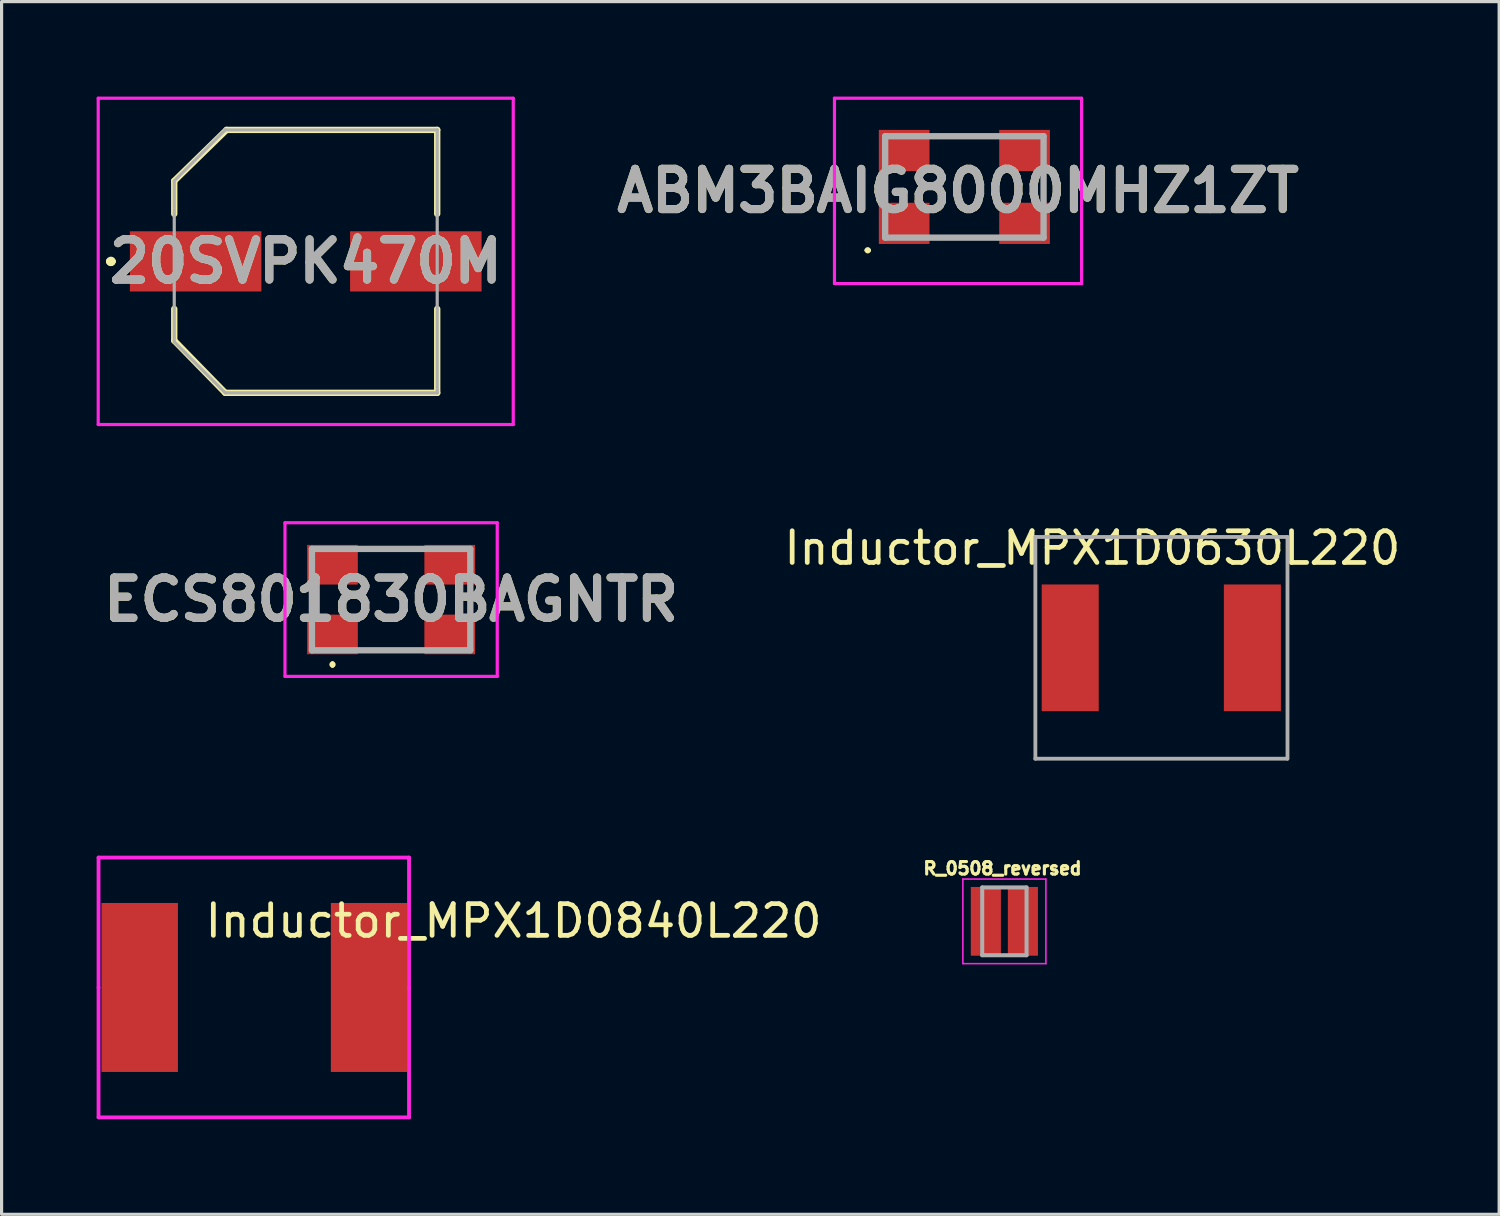
<source format=kicad_pcb>
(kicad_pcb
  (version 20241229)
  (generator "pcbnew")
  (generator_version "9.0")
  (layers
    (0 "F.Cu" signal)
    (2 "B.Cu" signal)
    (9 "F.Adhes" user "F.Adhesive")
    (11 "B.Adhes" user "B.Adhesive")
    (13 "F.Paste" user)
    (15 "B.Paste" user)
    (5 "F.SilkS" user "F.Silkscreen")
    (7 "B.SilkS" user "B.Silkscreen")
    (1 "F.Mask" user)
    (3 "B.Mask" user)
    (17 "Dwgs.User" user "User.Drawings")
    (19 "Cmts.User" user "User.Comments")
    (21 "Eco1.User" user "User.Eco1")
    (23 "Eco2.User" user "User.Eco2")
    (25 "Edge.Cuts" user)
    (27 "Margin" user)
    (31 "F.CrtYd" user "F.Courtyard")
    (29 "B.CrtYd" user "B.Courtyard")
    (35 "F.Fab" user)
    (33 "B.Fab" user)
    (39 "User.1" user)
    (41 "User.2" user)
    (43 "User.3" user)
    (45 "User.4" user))
  (footprint "ECS801830BAGNTR"
    (layer "F.Cu")
    (at 9.295 15.875)
    (property "Reference" "ECS801830BAGNTR" (at 0 0 0) (layer "F.SilkS") (effects (font (size 1.27 1.27) (thickness 0.254))))
    (attr smd)
    (fp_line (start -1.85 2) (end -1.85 2) (stroke (width 0.1) (type solid)) (layer "F.SilkS"))
    (fp_line (start -1.85 2.1) (end -1.85 2.1) (stroke (width 0.1) (type solid)) (layer "F.SilkS"))
    (fp_line (start -0.5 -1.6) (end 0.5 -1.6) (stroke (width 0.1) (type solid)) (layer "F.SilkS"))
    (fp_line (start -0.5 1.6) (end 0.5 1.6) (stroke (width 0.1) (type solid)) (layer "F.SilkS"))
    (fp_arc (start -1.85 2) (mid -1.8 2.05) (end -1.85 2.1) (stroke (width 0.1) (type solid)) (layer "F.SilkS"))
    (fp_arc (start -1.85 2.1) (mid -1.9 2.05) (end -1.85 2) (stroke (width 0.1) (type solid)) (layer "F.SilkS"))
    (fp_line (start -3.35 -2.425) (end 3.35 -2.425) (stroke (width 0.1) (type solid)) (layer "F.CrtYd"))
    (fp_line (start -3.35 2.425) (end -3.35 -2.425) (stroke (width 0.1) (type solid)) (layer "F.CrtYd"))
    (fp_line (start 3.35 -2.425) (end 3.35 2.425) (stroke (width 0.1) (type solid)) (layer "F.CrtYd"))
    (fp_line (start 3.35 2.425) (end -3.35 2.425) (stroke (width 0.1) (type solid)) (layer "F.CrtYd"))
    (fp_line (start -2.5 -1.6) (end 2.5 -1.6) (stroke (width 0.2) (type solid)) (layer "F.Fab"))
    (fp_line (start -2.5 1.6) (end -2.5 -1.6) (stroke (width 0.2) (type solid)) (layer "F.Fab"))
    (fp_line (start 2.5 -1.6) (end 2.5 1.6) (stroke (width 0.2) (type solid)) (layer "F.Fab"))
    (fp_line (start 2.5 1.6) (end -2.5 1.6) (stroke (width 0.2) (type solid)) (layer "F.Fab"))
    (fp_text user "${REFERENCE}" (at 0 0 0) (layer "F.Fab") (effects (font (size 1.27 1.27) (thickness 0.254))))
    (pad "1" smd rect (at -1.85 1.1 90) (size 1.25 1.6) (layers "F.Cu" "F.Mask" "F.Paste"))
    (pad "2" smd rect (at 1.85 1.1 90) (size 1.25 1.6) (layers "F.Cu" "F.Mask" "F.Paste"))
    (pad "3" smd rect (at 1.85 -1.1 90) (size 1.25 1.6) (layers "F.Cu" "F.Mask" "F.Paste"))
    (pad "4" smd rect (at -1.85 -1.1 90) (size 1.25 1.6) (layers "F.Cu" "F.Mask" "F.Paste")))
  (footprint "Inductor_MPX1D0840L220"
    (layer "F.Cu")
    (at 1.36 28.118)
    (property "Reference" "Inductor_MPX1D0840L220" (at 11.8 -2.1 0) (layer "F.SilkS") (effects (font (size 1 1) (thickness 0.15))))
    (attr through_hole)
    (fp_line (start -1.3 0) (end -1.3 -4.1) (stroke (width 0.12) (type solid)) (layer "F.CrtYd"))
    (fp_line (start -1.3 0) (end -1.3 4.1) (stroke (width 0.12) (type solid)) (layer "F.CrtYd"))
    (fp_line (start -1.3 4.1) (end 8.5 4.1) (stroke (width 0.12) (type solid)) (layer "F.CrtYd"))
    (fp_line (start 8.5 -4.1) (end -1.3 -4.1) (stroke (width 0.12) (type solid)) (layer "F.CrtYd"))
    (fp_line (start 8.5 0) (end 8.5 -4.1) (stroke (width 0.12) (type solid)) (layer "F.CrtYd"))
    (fp_line (start 8.5 0) (end 8.5 4.1) (stroke (width 0.12) (type solid)) (layer "F.CrtYd"))
    (pad "1" smd rect (at 0 0) (size 2.413 5.334) (layers "F.Cu" "F.Mask" "F.Paste"))
    (pad "2" smd rect (at 7.239 0) (size 2.413 5.334) (layers "F.Cu" "F.Mask" "F.Paste")))
  (footprint "20SVPK470M"
    (layer "F.Cu")
    (at 6.6 5.2)
    (property "Reference" "20SVPK470M" (at 0 0 0) (layer "F.SilkS") (effects (font (size 1.27 1.27) (thickness 0.254))))
    (attr smd)
    (fp_line (start -6.2 0) (end -6.2 0) (stroke (width 0.2) (type solid)) (layer "F.SilkS"))
    (fp_line (start -6.2 0) (end -6.2 0) (stroke (width 0.2) (type solid)) (layer "F.SilkS"))
    (fp_line (start -6.1 0) (end -6.1 0) (stroke (width 0.2) (type solid)) (layer "F.SilkS"))
    (fp_line (start -4.15 -2.54) (end -4.15 -1.5) (stroke (width 0.2) (type solid)) (layer "F.SilkS"))
    (fp_line (start -4.15 1.5) (end -4.15 2.5) (stroke (width 0.2) (type solid)) (layer "F.SilkS"))
    (fp_line (start -4.15 2.5) (end -2.54 4.15) (stroke (width 0.2) (type solid)) (layer "F.SilkS"))
    (fp_line (start -2.54 4.15) (end 4.15 4.15) (stroke (width 0.2) (type solid)) (layer "F.SilkS"))
    (fp_line (start -2.5 -4.15) (end -4.15 -2.54) (stroke (width 0.2) (type solid)) (layer "F.SilkS"))
    (fp_line (start 4.15 -4.15) (end -2.5 -4.15) (stroke (width 0.2) (type solid)) (layer "F.SilkS"))
    (fp_line (start 4.15 -1.5) (end 4.15 -4.15) (stroke (width 0.2) (type solid)) (layer "F.SilkS"))
    (fp_line (start 4.15 4.15) (end 4.15 1.5) (stroke (width 0.2) (type solid)) (layer "F.SilkS"))
    (fp_arc (start -6.2 0) (mid -6.15 -0.05) (end -6.1 0) (stroke (width 0.2) (type solid)) (layer "F.SilkS"))
    (fp_arc (start -6.1 0) (mid -6.15 0.05) (end -6.2 0) (stroke (width 0.2) (type solid)) (layer "F.SilkS"))
    (fp_arc (start -6.1 0) (mid -6.15 0.05) (end -6.2 0) (stroke (width 0.2) (type solid)) (layer "F.SilkS"))
    (fp_line (start -6.55 -5.15) (end 6.55 -5.15) (stroke (width 0.1) (type solid)) (layer "F.CrtYd"))
    (fp_line (start -6.55 5.15) (end -6.55 -5.15) (stroke (width 0.1) (type solid)) (layer "F.CrtYd"))
    (fp_line (start 6.55 -5.15) (end 6.55 5.15) (stroke (width 0.1) (type solid)) (layer "F.CrtYd"))
    (fp_line (start 6.55 5.15) (end -6.55 5.15) (stroke (width 0.1) (type solid)) (layer "F.CrtYd"))
    (fp_line (start -4.15 -2.54) (end -4.15 2.54) (stroke (width 0.1) (type solid)) (layer "F.Fab"))
    (fp_line (start -4.15 2.54) (end -2.54 4.15) (stroke (width 0.1) (type solid)) (layer "F.Fab"))
    (fp_line (start -2.54 -4.15) (end -4.15 -2.54) (stroke (width 0.1) (type solid)) (layer "F.Fab"))
    (fp_line (start -2.54 4.15) (end 4.15 4.15) (stroke (width 0.1) (type solid)) (layer "F.Fab"))
    (fp_line (start 4.15 -4.15) (end -2.54 -4.15) (stroke (width 0.1) (type solid)) (layer "F.Fab"))
    (fp_line (start 4.15 4.15) (end 4.15 -4.15) (stroke (width 0.1) (type solid)) (layer "F.Fab"))
    (fp_text user "${REFERENCE}" (at 0 0 0) (layer "F.Fab") (effects (font (size 1.27 1.27) (thickness 0.254))))
    (pad "1" smd rect (at -3.475 0 90) (size 1.9 4.15) (layers "F.Cu" "F.Mask" "F.Paste"))
    (pad "2" smd rect (at 3.475 0 90) (size 1.9 4.15) (layers "F.Cu" "F.Mask" "F.Paste")))
  (footprint "ABM3BAIG8000MHZ1ZT"
    (layer "F.Cu")
    (at 27.389 2.85)
    (property "Reference" "ABM3BAIG8000MHZ1ZT" (at -0.2 0.125 0) (layer "F.SilkS") (effects (font (size 1.27 1.27) (thickness 0.254))))
    (attr smd)
    (fp_line (start -3.1 2) (end -3.1 2) (stroke (width 0.1) (type solid)) (layer "F.SilkS"))
    (fp_line (start -3 2) (end -3 2) (stroke (width 0.1) (type solid)) (layer "F.SilkS"))
    (fp_line (start -0.8 -1.6) (end 0.8 -1.6) (stroke (width 0.1) (type solid)) (layer "F.SilkS"))
    (fp_line (start -0.8 1.6) (end 0.6 1.6) (stroke (width 0.1) (type solid)) (layer "F.SilkS"))
    (fp_arc (start -3.1 2) (mid -3.05 1.95) (end -3 2) (stroke (width 0.1) (type solid)) (layer "F.SilkS"))
    (fp_arc (start -3 2) (mid -3.05 2.05) (end -3.1 2) (stroke (width 0.1) (type solid)) (layer "F.SilkS"))
    (fp_line (start -4.1 -2.8) (end 3.7 -2.8) (stroke (width 0.1) (type solid)) (layer "F.CrtYd"))
    (fp_line (start -4.1 3.05) (end -4.1 -2.8) (stroke (width 0.1) (type solid)) (layer "F.CrtYd"))
    (fp_line (start 3.7 -2.8) (end 3.7 3.05) (stroke (width 0.1) (type solid)) (layer "F.CrtYd"))
    (fp_line (start 3.7 3.05) (end -4.1 3.05) (stroke (width 0.1) (type solid)) (layer "F.CrtYd"))
    (fp_line (start -2.5 -1.6) (end 2.5 -1.6) (stroke (width 0.2) (type solid)) (layer "F.Fab"))
    (fp_line (start -2.5 1.6) (end -2.5 -1.6) (stroke (width 0.2) (type solid)) (layer "F.Fab"))
    (fp_line (start 2.5 -1.6) (end 2.5 1.6) (stroke (width 0.2) (type solid)) (layer "F.Fab"))
    (fp_line (start 2.5 1.6) (end -2.5 1.6) (stroke (width 0.2) (type solid)) (layer "F.Fab"))
    (fp_text user "${REFERENCE}" (at -0.2 0.125 0) (layer "F.Fab") (effects (font (size 1.27 1.27) (thickness 0.254))))
    (pad "1" smd rect (at -1.9 1.15 90) (size 1.3 1.6) (layers "F.Cu" "F.Mask" "F.Paste"))
    (pad "2" smd rect (at 1.9 1.15 90) (size 1.3 1.6) (layers "F.Cu" "F.Mask" "F.Paste"))
    (pad "3" smd rect (at 1.9 -1.15 90) (size 1.3 1.6) (layers "F.Cu" "F.Mask" "F.Paste"))
    (pad "4" smd rect (at -1.9 -1.15 90) (size 1.3 1.6) (layers "F.Cu" "F.Mask" "F.Paste")))
  (footprint "R_0508_reversed"
    (layer "F.Cu")
    (at 28.652 26.031)
    (property "Reference" "R_0508_reversed" (at -0.06 -1.67 0) (layer "F.SilkS") (effects (font (size 0.394 0.394) (thickness 0.15))))
    (attr smd)
    (fp_line (start -1.31 -1.335) (end 1.31 -1.335) (stroke (width 0.05) (type solid)) (layer "F.CrtYd"))
    (fp_line (start -1.31 1.335) (end -1.31 -1.335) (stroke (width 0.05) (type solid)) (layer "F.CrtYd"))
    (fp_line (start -1.31 1.335) (end 1.31 1.335) (stroke (width 0.05) (type solid)) (layer "F.CrtYd"))
    (fp_line (start 1.31 1.335) (end 1.31 -1.335) (stroke (width 0.05) (type solid)) (layer "F.CrtYd"))
    (fp_line (start -0.7 1.07) (end -0.7 -1.07) (stroke (width 0.127) (type solid)) (layer "F.Fab"))
    (fp_line (start 0.7 -1.07) (end -0.7 -1.07) (stroke (width 0.127) (type solid)) (layer "F.Fab"))
    (fp_line (start 0.7 1.07) (end -0.7 1.07) (stroke (width 0.127) (type solid)) (layer "F.Fab"))
    (fp_line (start 0.7 1.07) (end 0.7 -1.07) (stroke (width 0.127) (type solid)) (layer "F.Fab"))
    (pad "1" smd rect (at -0.585 0) (size 0.95 2.17) (layers "F.Cu" "F.Mask" "F.Paste"))
    (pad "2" smd rect (at 0.585 0) (size 0.95 2.17) (layers "F.Cu" "F.Mask" "F.Paste")))
  (footprint "Inductor_MPX1D0630L220"
    (layer "F.Cu")
    (at 30.73 17.398)
    (property "Reference" "Inductor_MPX1D0630L220" (at 0.7 -3.15 0) (layer "F.SilkS") (effects (font (size 1 1) (thickness 0.15))))
    (attr through_hole)
    (fp_line (start -1.1 -3.5) (end -1.1 3.5) (stroke (width 0.12) (type solid)) (layer "F.Fab"))
    (fp_line (start -1.1 -3.5) (end 6.85 -3.5) (stroke (width 0.12) (type solid)) (layer "F.Fab"))
    (fp_line (start 6.85 3.5) (end -1.101 3.5) (stroke (width 0.12) (type solid)) (layer "F.Fab"))
    (fp_line (start 6.858 -3.5) (end 6.858 3.5) (stroke (width 0.12) (type solid)) (layer "F.Fab"))
    (pad "1" smd rect (at 0 0) (size 1.8 4) (layers "F.Cu" "F.Mask" "F.Paste"))
    (pad "2" smd rect (at 5.75 0) (size 1.8 4) (layers "F.Cu" "F.Mask" "F.Paste")))
  (gr_rect
    (start -3 -3)
    (end 44.269 35.278)
    (stroke (width 0.1) (type default))
    (fill no)
    (layer "Edge.Cuts")))
</source>
